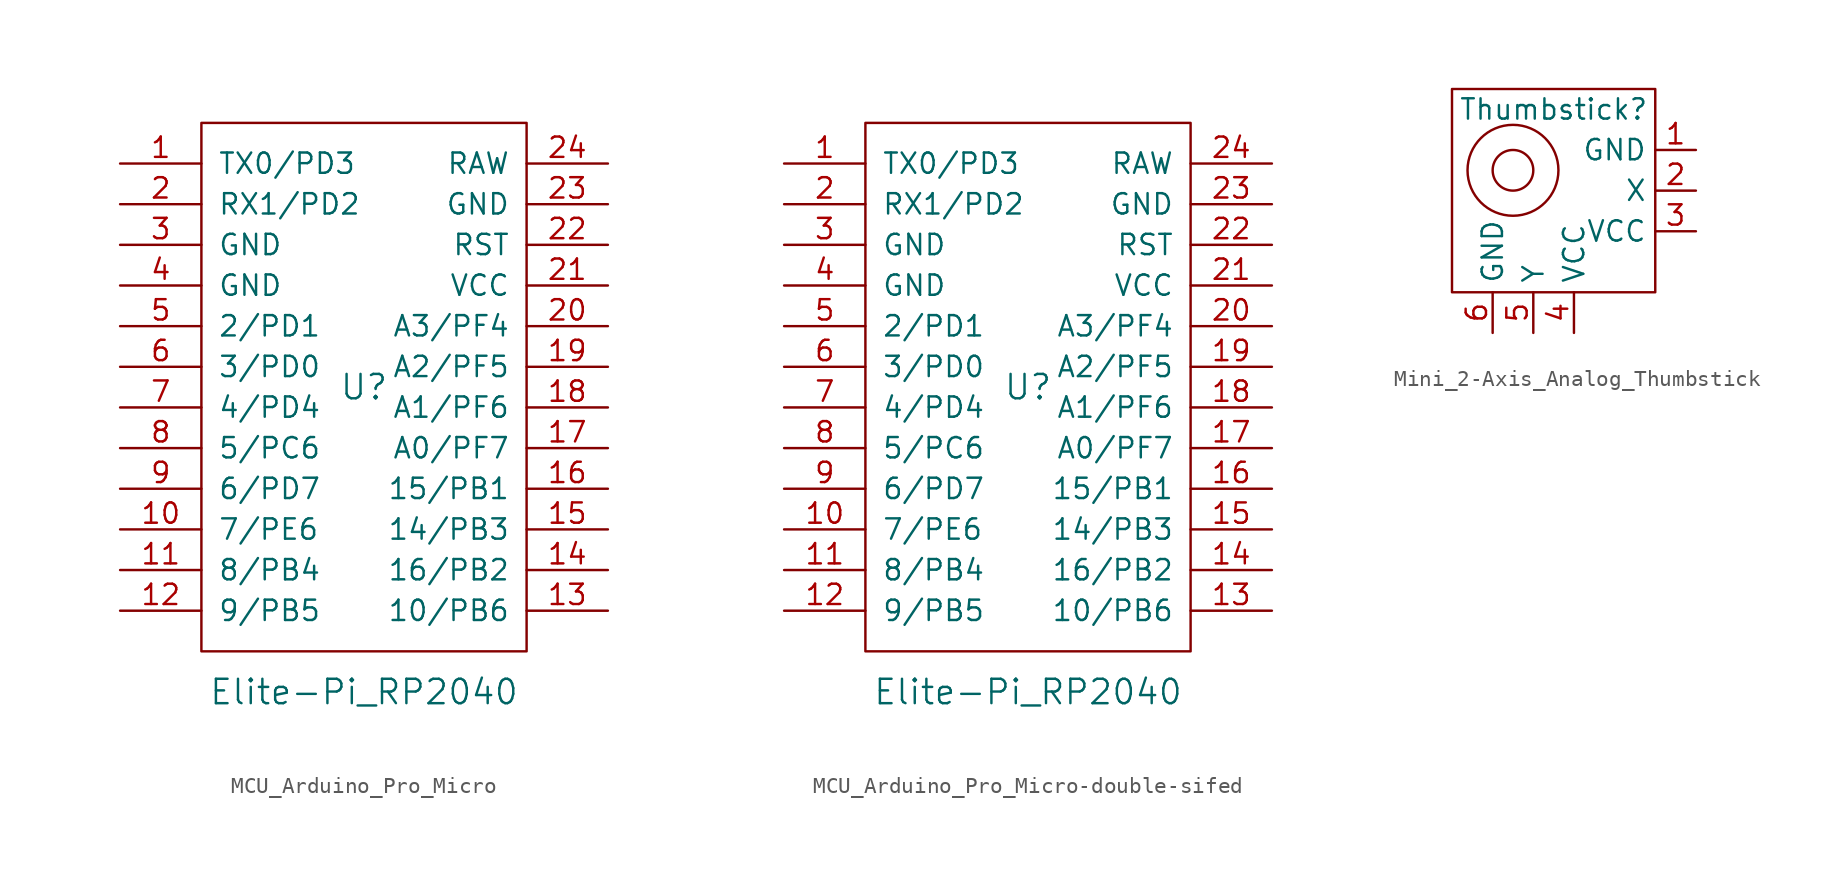
<source format=kicad_sym>
(kicad_symbol_lib
  (version 20220914)
  (generator kicad_symbol_editor)
  (symbol "MCU_Arduino_Pro_Micro"
    (pin_names
      (offset 1.016))
    (property "Reference" "U"
      (at 0 0 0)
      (effects (font (size 1.524 1.524))))
    (property "Value" "Elite-Pi_RP2040"
      (at 0 -19.05 0)
      (effects (font (size 1.524 1.524))))
    (symbol "MCU_Arduino_Pro_Micro_0_1"
      (rectangle (start -10.16 16.51) (end 10.16 -16.51) (stroke (width 0) (type solid)) (fill (type none))))
    (symbol "MCU_Arduino_Pro_Micro_1_1"
      (pin input line (at -15.24 13.97 0) (length 5.08) (name "TX0/PD3" (effects (font (size 1.27 1.27)))) (number "1" (effects (font (size 1.27 1.27)))))
      (pin input line (at -15.24 -8.89 0) (length 5.08) (name "7/PE6" (effects (font (size 1.27 1.27)))) (number "10" (effects (font (size 1.27 1.27)))))
      (pin input line (at -15.24 -11.43 0) (length 5.08) (name "8/PB4" (effects (font (size 1.27 1.27)))) (number "11" (effects (font (size 1.27 1.27)))))
      (pin input line (at -15.24 -13.97 0) (length 5.08) (name "9/PB5" (effects (font (size 1.27 1.27)))) (number "12" (effects (font (size 1.27 1.27)))))
      (pin input line (at 15.24 -13.97 180) (length 5.08) (name "10/PB6" (effects (font (size 1.27 1.27)))) (number "13" (effects (font (size 1.27 1.27)))))
      (pin input line (at 15.24 -11.43 180) (length 5.08) (name "16/PB2" (effects (font (size 1.27 1.27)))) (number "14" (effects (font (size 1.27 1.27)))))
      (pin input line (at 15.24 -8.89 180) (length 5.08) (name "14/PB3" (effects (font (size 1.27 1.27)))) (number "15" (effects (font (size 1.27 1.27)))))
      (pin input line (at 15.24 -6.35 180) (length 5.08) (name "15/PB1" (effects (font (size 1.27 1.27)))) (number "16" (effects (font (size 1.27 1.27)))))
      (pin input line (at 15.24 -3.81 180) (length 5.08) (name "A0/PF7" (effects (font (size 1.27 1.27)))) (number "17" (effects (font (size 1.27 1.27)))))
      (pin input line (at 15.24 -1.27 180) (length 5.08) (name "A1/PF6" (effects (font (size 1.27 1.27)))) (number "18" (effects (font (size 1.27 1.27)))))
      (pin input line (at 15.24 1.27 180) (length 5.08) (name "A2/PF5" (effects (font (size 1.27 1.27)))) (number "19" (effects (font (size 1.27 1.27)))))
      (pin input line (at -15.24 11.43 0) (length 5.08) (name "RX1/PD2" (effects (font (size 1.27 1.27)))) (number "2" (effects (font (size 1.27 1.27)))))
      (pin input line (at 15.24 3.81 180) (length 5.08) (name "A3/PF4" (effects (font (size 1.27 1.27)))) (number "20" (effects (font (size 1.27 1.27)))))
      (pin input line (at 15.24 6.35 180) (length 5.08) (name "VCC" (effects (font (size 1.27 1.27)))) (number "21" (effects (font (size 1.27 1.27)))))
      (pin input line (at 15.24 8.89 180) (length 5.08) (name "RST" (effects (font (size 1.27 1.27)))) (number "22" (effects (font (size 1.27 1.27)))))
      (pin input line (at 15.24 11.43 180) (length 5.08) (name "GND" (effects (font (size 1.27 1.27)))) (number "23" (effects (font (size 1.27 1.27)))))
      (pin input line (at 15.24 13.97 180) (length 5.08) (name "RAW" (effects (font (size 1.27 1.27)))) (number "24" (effects (font (size 1.27 1.27)))))
      (pin input line (at -15.24 8.89 0) (length 5.08) (name "GND" (effects (font (size 1.27 1.27)))) (number "3" (effects (font (size 1.27 1.27)))))
      (pin input line (at -15.24 6.35 0) (length 5.08) (name "GND" (effects (font (size 1.27 1.27)))) (number "4" (effects (font (size 1.27 1.27)))))
      (pin input line (at -15.24 3.81 0) (length 5.08) (name "2/PD1" (effects (font (size 1.27 1.27)))) (number "5" (effects (font (size 1.27 1.27)))))
      (pin input line (at -15.24 1.27 0) (length 5.08) (name "3/PD0" (effects (font (size 1.27 1.27)))) (number "6" (effects (font (size 1.27 1.27)))))
      (pin input line (at -15.24 -1.27 0) (length 5.08) (name "4/PD4" (effects (font (size 1.27 1.27)))) (number "7" (effects (font (size 1.27 1.27)))))
      (pin input line (at -15.24 -3.81 0) (length 5.08) (name "5/PC6" (effects (font (size 1.27 1.27)))) (number "8" (effects (font (size 1.27 1.27)))))
      (pin input line (at -15.24 -6.35 0) (length 5.08) (name "6/PD7" (effects (font (size 1.27 1.27)))) (number "9" (effects (font (size 1.27 1.27)))))))
  (symbol "MCU_Arduino_Pro_Micro-double-sifed"
    (pin_names
      (offset 1.016))
    (property "Reference" "U"
      (at 0 0 0)
      (effects (font (size 1.524 1.524))))
    (property "Value" "Elite-Pi_RP2040"
      (at 0 -19.05 0)
      (effects (font (size 1.524 1.524))))
    (symbol "MCU_Arduino_Pro_Micro-double-sifed_0_1"
      (rectangle (start -10.16 16.51) (end 10.16 -16.51) (stroke (width 0) (type solid)) (fill (type none))))
    (symbol "MCU_Arduino_Pro_Micro-double-sifed_1_1"
      (pin input line (at -15.24 13.97 0) (length 5.08) (name "TX0/PD3" (effects (font (size 1.27 1.27)))) (number "1" (effects (font (size 1.27 1.27)))))
      (pin input line (at -15.24 -8.89 0) (length 5.08) (name "7/PE6" (effects (font (size 1.27 1.27)))) (number "10" (effects (font (size 1.27 1.27)))))
      (pin input line (at -15.24 -11.43 0) (length 5.08) (name "8/PB4" (effects (font (size 1.27 1.27)))) (number "11" (effects (font (size 1.27 1.27)))))
      (pin input line (at -15.24 -13.97 0) (length 5.08) (name "9/PB5" (effects (font (size 1.27 1.27)))) (number "12" (effects (font (size 1.27 1.27)))))
      (pin input line (at 15.24 -13.97 180) (length 5.08) (name "10/PB6" (effects (font (size 1.27 1.27)))) (number "13" (effects (font (size 1.27 1.27)))))
      (pin input line (at 15.24 -11.43 180) (length 5.08) (name "16/PB2" (effects (font (size 1.27 1.27)))) (number "14" (effects (font (size 1.27 1.27)))))
      (pin input line (at 15.24 -8.89 180) (length 5.08) (name "14/PB3" (effects (font (size 1.27 1.27)))) (number "15" (effects (font (size 1.27 1.27)))))
      (pin input line (at 15.24 -6.35 180) (length 5.08) (name "15/PB1" (effects (font (size 1.27 1.27)))) (number "16" (effects (font (size 1.27 1.27)))))
      (pin input line (at 15.24 -3.81 180) (length 5.08) (name "A0/PF7" (effects (font (size 1.27 1.27)))) (number "17" (effects (font (size 1.27 1.27)))))
      (pin input line (at 15.24 -1.27 180) (length 5.08) (name "A1/PF6" (effects (font (size 1.27 1.27)))) (number "18" (effects (font (size 1.27 1.27)))))
      (pin input line (at 15.24 1.27 180) (length 5.08) (name "A2/PF5" (effects (font (size 1.27 1.27)))) (number "19" (effects (font (size 1.27 1.27)))))
      (pin input line (at -15.24 11.43 0) (length 5.08) (name "RX1/PD2" (effects (font (size 1.27 1.27)))) (number "2" (effects (font (size 1.27 1.27)))))
      (pin input line (at 15.24 3.81 180) (length 5.08) (name "A3/PF4" (effects (font (size 1.27 1.27)))) (number "20" (effects (font (size 1.27 1.27)))))
      (pin input line (at 15.24 6.35 180) (length 5.08) (name "VCC" (effects (font (size 1.27 1.27)))) (number "21" (effects (font (size 1.27 1.27)))))
      (pin input line (at 15.24 8.89 180) (length 5.08) (name "RST" (effects (font (size 1.27 1.27)))) (number "22" (effects (font (size 1.27 1.27)))))
      (pin input line (at 15.24 11.43 180) (length 5.08) (name "GND" (effects (font (size 1.27 1.27)))) (number "23" (effects (font (size 1.27 1.27)))))
      (pin input line (at 15.24 13.97 180) (length 5.08) (name "RAW" (effects (font (size 1.27 1.27)))) (number "24" (effects (font (size 1.27 1.27)))))
      (pin input line (at -15.24 8.89 0) (length 5.08) (name "GND" (effects (font (size 1.27 1.27)))) (number "3" (effects (font (size 1.27 1.27)))))
      (pin input line (at -15.24 6.35 0) (length 5.08) (name "GND" (effects (font (size 1.27 1.27)))) (number "4" (effects (font (size 1.27 1.27)))))
      (pin input line (at -15.24 3.81 0) (length 5.08) (name "2/PD1" (effects (font (size 1.27 1.27)))) (number "5" (effects (font (size 1.27 1.27)))))
      (pin input line (at -15.24 1.27 0) (length 5.08) (name "3/PD0" (effects (font (size 1.27 1.27)))) (number "6" (effects (font (size 1.27 1.27)))))
      (pin input line (at -15.24 -1.27 0) (length 5.08) (name "4/PD4" (effects (font (size 1.27 1.27)))) (number "7" (effects (font (size 1.27 1.27)))))
      (pin input line (at -15.24 -3.81 0) (length 5.08) (name "5/PC6" (effects (font (size 1.27 1.27)))) (number "8" (effects (font (size 1.27 1.27)))))
      (pin input line (at -15.24 -6.35 0) (length 5.08) (name "6/PD7" (effects (font (size 1.27 1.27)))) (number "9" (effects (font (size 1.27 1.27)))))))
  (symbol "Mini_2-Axis_Analog_Thumbstick"
    (property "Reference" "Thumbstick"
      (at 0 5.08 0)
      (effects (font (size 1.27 1.27))))
    (property "Value" ""
      (at 0 0 0)
      (effects (font (size 1.27 1.27))))
    (symbol "Mini_2-Axis_Analog_Thumbstick_0_1"
      (rectangle (start -6.35 6.35) (end 6.35 -6.35) (stroke (width 0) (type default)) (fill (type none)))
      (circle (center -2.54 1.27) (radius 1.27) (stroke (width 0) (type default)) (fill (type none)))
      (circle (center -2.54 1.27) (radius 2.84) (stroke (width 0) (type default)) (fill (type none))))
    (symbol "Mini_2-Axis_Analog_Thumbstick_1_1"
      (pin power_in line (at 8.89 2.54 180) (length 2.54) (name "GND" (effects (font (size 1.27 1.27)))) (number "1" (effects (font (size 1.27 1.27)))))
      (pin output line (at 8.89 0 180) (length 2.54) (name "X" (effects (font (size 1.27 1.27)))) (number "2" (effects (font (size 1.27 1.27)))))
      (pin power_in line (at 8.89 -2.54 180) (length 2.54) (name "VCC" (effects (font (size 1.27 1.27)))) (number "3" (effects (font (size 1.27 1.27)))))
      (pin power_in line (at 1.27 -8.89 90) (length 2.54) (name "VCC" (effects (font (size 1.27 1.27)))) (number "4" (effects (font (size 1.27 1.27)))))
      (pin output line (at -1.27 -8.89 90) (length 2.54) (name "Y" (effects (font (size 1.27 1.27)))) (number "5" (effects (font (size 1.27 1.27)))))
      (pin power_in line (at -3.81 -8.89 90) (length 2.54) (name "GND" (effects (font (size 1.27 1.27)))) (number "6" (effects (font (size 1.27 1.27))))))))
</source>
